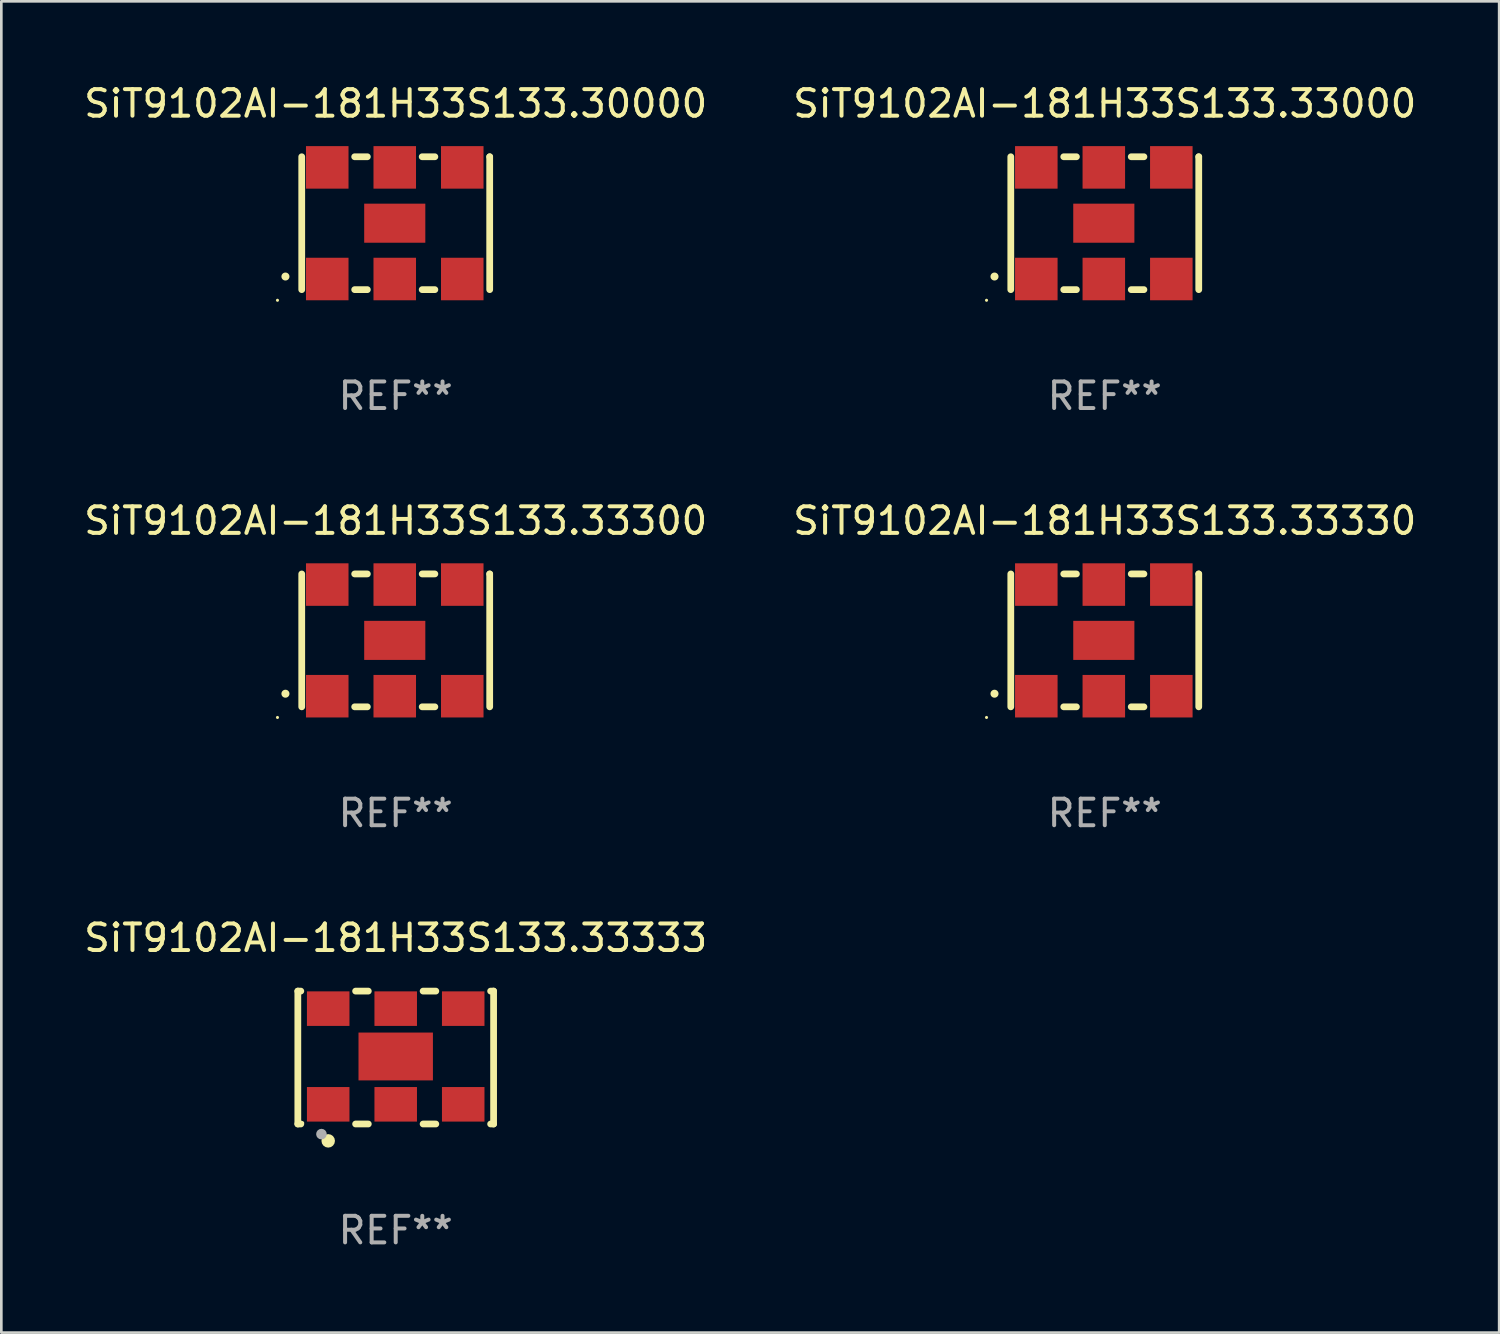
<source format=kicad_pcb>
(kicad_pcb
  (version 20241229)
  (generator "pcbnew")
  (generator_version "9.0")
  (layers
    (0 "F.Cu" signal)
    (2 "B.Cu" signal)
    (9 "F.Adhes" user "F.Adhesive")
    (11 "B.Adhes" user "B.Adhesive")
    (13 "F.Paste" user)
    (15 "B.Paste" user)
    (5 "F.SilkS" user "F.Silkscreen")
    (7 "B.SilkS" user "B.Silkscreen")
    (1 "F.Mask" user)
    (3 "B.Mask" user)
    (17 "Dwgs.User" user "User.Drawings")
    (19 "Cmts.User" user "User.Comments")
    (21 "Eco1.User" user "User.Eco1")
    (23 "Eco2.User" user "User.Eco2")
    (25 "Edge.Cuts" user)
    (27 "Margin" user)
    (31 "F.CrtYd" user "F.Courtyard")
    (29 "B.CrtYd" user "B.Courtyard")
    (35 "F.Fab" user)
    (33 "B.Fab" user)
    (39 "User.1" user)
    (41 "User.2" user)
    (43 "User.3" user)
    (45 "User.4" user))
  (footprint "SiT9102AI-181H33S133.33333"
    (layer "F.Cu")
    (at 11.839 36.741)
    (property "Reference" "SiT9102AI-181H33S133.33333" (at 0 -4.5 0) (layer "F.SilkS") (effects (font (size 1 1) (thickness 0.15))))
    (attr through_hole)
    (fp_line (start -3.683 -2.5) (end -3.571 -2.5) (stroke (width 0.254) (type solid)) (layer "F.SilkS"))
    (fp_line (start -3.683 2.5) (end -3.683 -2.5) (stroke (width 0.254) (type solid)) (layer "F.SilkS"))
    (fp_line (start -3.683 2.5) (end -3.571 2.5) (stroke (width 0.254) (type solid)) (layer "F.SilkS"))
    (fp_line (start -1.509 -2.5) (end -1.031 -2.5) (stroke (width 0.254) (type solid)) (layer "F.SilkS"))
    (fp_line (start -1.509 2.5) (end -1.031 2.5) (stroke (width 0.254) (type solid)) (layer "F.SilkS"))
    (fp_line (start 1.031 -2.5) (end 1.509 -2.5) (stroke (width 0.254) (type solid)) (layer "F.SilkS"))
    (fp_line (start 1.031 2.5) (end 1.509 2.5) (stroke (width 0.254) (type solid)) (layer "F.SilkS"))
    (fp_line (start 3.571 -2.5) (end 3.683 -2.5) (stroke (width 0.254) (type solid)) (layer "F.SilkS"))
    (fp_line (start 3.571 2.5) (end 3.683 2.5) (stroke (width 0.254) (type solid)) (layer "F.SilkS"))
    (fp_line (start 3.683 2.5) (end 3.683 -2.5) (stroke (width 0.254) (type solid)) (layer "F.SilkS"))
    (fp_circle (center -3.5 2.46) (end -3.47 2.46) (stroke (width 0.06) (type solid)) (fill no) (layer "F.SilkS"))
    (fp_circle (center -2.54 3.135) (end -2.413 3.135) (stroke (width 0.254) (type solid)) (fill no) (layer "F.SilkS"))
    (fp_circle (center -2.794 2.881) (end -2.694 2.881) (stroke (width 0.2) (type solid)) (fill no) (layer "F.Fab"))
    (fp_text user "REF**" (at 0 6.5 0) (layer "F.Fab") (effects (font (size 1 1) (thickness 0.15))))
    (pad "1" smd rect (at -2.54 1.76) (size 1.6 1.3) (layers "F.Cu" "F.Mask" "F.Paste"))
    (pad "2" smd rect (at 0 1.76) (size 1.6 1.3) (layers "F.Cu" "F.Mask" "F.Paste"))
    (pad "3" smd rect (at 2.54 1.76) (size 1.6 1.3) (layers "F.Cu" "F.Mask" "F.Paste"))
    (pad "4" smd rect (at 2.54 -1.84) (size 1.6 1.3) (layers "F.Cu" "F.Mask" "F.Paste"))
    (pad "5" smd rect (at 0 -1.84) (size 1.6 1.3) (layers "F.Cu" "F.Mask" "F.Paste"))
    (pad "6" smd rect (at -2.54 -1.84) (size 1.6 1.3) (layers "F.Cu" "F.Mask" "F.Paste"))
    (pad "7" smd rect (at 0 -0.04) (size 2.8 1.8) (layers "F.Cu" "F.Mask" "F.Paste")))
  (footprint "SiT9102AI-181H33S133.33300"
    (layer "F.Cu")
    (at 11.839 21.045)
    (property "Reference" "SiT9102AI-181H33S133.33300" (at 0 -4.5 0) (layer "F.SilkS") (effects (font (size 1 1) (thickness 0.15))))
    (attr through_hole)
    (fp_line (start -3.536 -2.5) (end -3.536 2.5) (stroke (width 0.254) (type solid)) (layer "F.SilkS"))
    (fp_line (start -1.544 2.5) (end -1.067 2.5) (stroke (width 0.254) (type solid)) (layer "F.SilkS"))
    (fp_line (start -1.067 -2.5) (end -1.544 -2.5) (stroke (width 0.254) (type solid)) (layer "F.SilkS"))
    (fp_line (start 0.996 2.5) (end 1.473 2.5) (stroke (width 0.254) (type solid)) (layer "F.SilkS"))
    (fp_line (start 1.473 -2.5) (end 0.996 -2.5) (stroke (width 0.254) (type solid)) (layer "F.SilkS"))
    (fp_line (start 3.536 -2.5) (end 3.536 -2.5) (stroke (width 0.254) (type solid)) (layer "F.SilkS"))
    (fp_line (start 3.536 2.5) (end 3.536 -2.5) (stroke (width 0.254) (type solid)) (layer "F.SilkS"))
    (fp_arc (start -4.150432 2.006604) (mid -4.149162 2.006599) (end -4.147892 2.006604) (stroke (width 0.3) (type solid)) (layer "F.SilkS"))
    (fp_circle (center -4.449 2.9) (end -4.419 2.9) (stroke (width 0.06) (type solid)) (fill no) (layer "F.SilkS"))
    (fp_text user "REF**" (at 0 6.5 0) (layer "F.Fab") (effects (font (size 1 1) (thickness 0.15))))
    (pad "1" smd rect (at -2.576 2.1) (size 1.6 1.6) (layers "F.Cu" "F.Mask" "F.Paste"))
    (pad "2" smd rect (at -0.036 2.1) (size 1.6 1.6) (layers "F.Cu" "F.Mask" "F.Paste"))
    (pad "3" smd rect (at 2.504 2.1) (size 1.6 1.6) (layers "F.Cu" "F.Mask" "F.Paste"))
    (pad "4" smd rect (at 2.504 -2.1) (size 1.6 1.6) (layers "F.Cu" "F.Mask" "F.Paste"))
    (pad "5" smd rect (at -0.036 -2.1) (size 1.6 1.6) (layers "F.Cu" "F.Mask" "F.Paste"))
    (pad "6" smd rect (at -2.576 -2.1) (size 1.6 1.6) (layers "F.Cu" "F.Mask" "F.Paste"))
    (pad "7" smd rect (at -0.036 0) (size 2.3 1.47) (layers "F.Cu" "F.Mask" "F.Paste")))
  (footprint "SiT9102AI-181H33S133.30000"
    (layer "F.Cu")
    (at 11.839 5.348)
    (property "Reference" "SiT9102AI-181H33S133.30000" (at 0 -4.5 0) (layer "F.SilkS") (effects (font (size 1 1) (thickness 0.15))))
    (attr through_hole)
    (fp_line (start -3.536 -2.5) (end -3.536 2.5) (stroke (width 0.254) (type solid)) (layer "F.SilkS"))
    (fp_line (start -1.544 2.5) (end -1.067 2.5) (stroke (width 0.254) (type solid)) (layer "F.SilkS"))
    (fp_line (start -1.067 -2.5) (end -1.544 -2.5) (stroke (width 0.254) (type solid)) (layer "F.SilkS"))
    (fp_line (start 0.996 2.5) (end 1.473 2.5) (stroke (width 0.254) (type solid)) (layer "F.SilkS"))
    (fp_line (start 1.473 -2.5) (end 0.996 -2.5) (stroke (width 0.254) (type solid)) (layer "F.SilkS"))
    (fp_line (start 3.536 -2.5) (end 3.536 -2.5) (stroke (width 0.254) (type solid)) (layer "F.SilkS"))
    (fp_line (start 3.536 2.5) (end 3.536 -2.5) (stroke (width 0.254) (type solid)) (layer "F.SilkS"))
    (fp_arc (start -4.150432 2.006604) (mid -4.149162 2.006599) (end -4.147892 2.006604) (stroke (width 0.3) (type solid)) (layer "F.SilkS"))
    (fp_circle (center -4.449 2.9) (end -4.419 2.9) (stroke (width 0.06) (type solid)) (fill no) (layer "F.SilkS"))
    (fp_text user "REF**" (at 0 6.5 0) (layer "F.Fab") (effects (font (size 1 1) (thickness 0.15))))
    (pad "1" smd rect (at -2.576 2.1) (size 1.6 1.6) (layers "F.Cu" "F.Mask" "F.Paste"))
    (pad "2" smd rect (at -0.036 2.1) (size 1.6 1.6) (layers "F.Cu" "F.Mask" "F.Paste"))
    (pad "3" smd rect (at 2.504 2.1) (size 1.6 1.6) (layers "F.Cu" "F.Mask" "F.Paste"))
    (pad "4" smd rect (at 2.504 -2.1) (size 1.6 1.6) (layers "F.Cu" "F.Mask" "F.Paste"))
    (pad "5" smd rect (at -0.036 -2.1) (size 1.6 1.6) (layers "F.Cu" "F.Mask" "F.Paste"))
    (pad "6" smd rect (at -2.576 -2.1) (size 1.6 1.6) (layers "F.Cu" "F.Mask" "F.Paste"))
    (pad "7" smd rect (at -0.036 0) (size 2.3 1.47) (layers "F.Cu" "F.Mask" "F.Paste")))
  (footprint "SiT9102AI-181H33S133.33330"
    (layer "F.Cu")
    (at 38.518 21.045)
    (property "Reference" "SiT9102AI-181H33S133.33330" (at 0 -4.5 0) (layer "F.SilkS") (effects (font (size 1 1) (thickness 0.15))))
    (attr through_hole)
    (fp_line (start -3.536 -2.5) (end -3.536 2.5) (stroke (width 0.254) (type solid)) (layer "F.SilkS"))
    (fp_line (start -1.544 2.5) (end -1.067 2.5) (stroke (width 0.254) (type solid)) (layer "F.SilkS"))
    (fp_line (start -1.067 -2.5) (end -1.544 -2.5) (stroke (width 0.254) (type solid)) (layer "F.SilkS"))
    (fp_line (start 0.996 2.5) (end 1.473 2.5) (stroke (width 0.254) (type solid)) (layer "F.SilkS"))
    (fp_line (start 1.473 -2.5) (end 0.996 -2.5) (stroke (width 0.254) (type solid)) (layer "F.SilkS"))
    (fp_line (start 3.536 -2.5) (end 3.536 -2.5) (stroke (width 0.254) (type solid)) (layer "F.SilkS"))
    (fp_line (start 3.536 2.5) (end 3.536 -2.5) (stroke (width 0.254) (type solid)) (layer "F.SilkS"))
    (fp_arc (start -4.150432 2.006604) (mid -4.149162 2.006599) (end -4.147892 2.006604) (stroke (width 0.3) (type solid)) (layer "F.SilkS"))
    (fp_circle (center -4.449 2.9) (end -4.419 2.9) (stroke (width 0.06) (type solid)) (fill no) (layer "F.SilkS"))
    (fp_text user "REF**" (at 0 6.5 0) (layer "F.Fab") (effects (font (size 1 1) (thickness 0.15))))
    (pad "1" smd rect (at -2.576 2.1) (size 1.6 1.6) (layers "F.Cu" "F.Mask" "F.Paste"))
    (pad "2" smd rect (at -0.036 2.1) (size 1.6 1.6) (layers "F.Cu" "F.Mask" "F.Paste"))
    (pad "3" smd rect (at 2.504 2.1) (size 1.6 1.6) (layers "F.Cu" "F.Mask" "F.Paste"))
    (pad "4" smd rect (at 2.504 -2.1) (size 1.6 1.6) (layers "F.Cu" "F.Mask" "F.Paste"))
    (pad "5" smd rect (at -0.036 -2.1) (size 1.6 1.6) (layers "F.Cu" "F.Mask" "F.Paste"))
    (pad "6" smd rect (at -2.576 -2.1) (size 1.6 1.6) (layers "F.Cu" "F.Mask" "F.Paste"))
    (pad "7" smd rect (at -0.036 0) (size 2.3 1.47) (layers "F.Cu" "F.Mask" "F.Paste")))
  (footprint "SiT9102AI-181H33S133.33000"
    (layer "F.Cu")
    (at 38.518 5.348)
    (property "Reference" "SiT9102AI-181H33S133.33000" (at 0 -4.5 0) (layer "F.SilkS") (effects (font (size 1 1) (thickness 0.15))))
    (attr through_hole)
    (fp_line (start -3.536 -2.5) (end -3.536 2.5) (stroke (width 0.254) (type solid)) (layer "F.SilkS"))
    (fp_line (start -1.544 2.5) (end -1.067 2.5) (stroke (width 0.254) (type solid)) (layer "F.SilkS"))
    (fp_line (start -1.067 -2.5) (end -1.544 -2.5) (stroke (width 0.254) (type solid)) (layer "F.SilkS"))
    (fp_line (start 0.996 2.5) (end 1.473 2.5) (stroke (width 0.254) (type solid)) (layer "F.SilkS"))
    (fp_line (start 1.473 -2.5) (end 0.996 -2.5) (stroke (width 0.254) (type solid)) (layer "F.SilkS"))
    (fp_line (start 3.536 -2.5) (end 3.536 -2.5) (stroke (width 0.254) (type solid)) (layer "F.SilkS"))
    (fp_line (start 3.536 2.5) (end 3.536 -2.5) (stroke (width 0.254) (type solid)) (layer "F.SilkS"))
    (fp_arc (start -4.150432 2.006604) (mid -4.149162 2.006599) (end -4.147892 2.006604) (stroke (width 0.3) (type solid)) (layer "F.SilkS"))
    (fp_circle (center -4.449 2.9) (end -4.419 2.9) (stroke (width 0.06) (type solid)) (fill no) (layer "F.SilkS"))
    (fp_text user "REF**" (at 0 6.5 0) (layer "F.Fab") (effects (font (size 1 1) (thickness 0.15))))
    (pad "1" smd rect (at -2.576 2.1) (size 1.6 1.6) (layers "F.Cu" "F.Mask" "F.Paste"))
    (pad "2" smd rect (at -0.036 2.1) (size 1.6 1.6) (layers "F.Cu" "F.Mask" "F.Paste"))
    (pad "3" smd rect (at 2.504 2.1) (size 1.6 1.6) (layers "F.Cu" "F.Mask" "F.Paste"))
    (pad "4" smd rect (at 2.504 -2.1) (size 1.6 1.6) (layers "F.Cu" "F.Mask" "F.Paste"))
    (pad "5" smd rect (at -0.036 -2.1) (size 1.6 1.6) (layers "F.Cu" "F.Mask" "F.Paste"))
    (pad "6" smd rect (at -2.576 -2.1) (size 1.6 1.6) (layers "F.Cu" "F.Mask" "F.Paste"))
    (pad "7" smd rect (at -0.036 0) (size 2.3 1.47) (layers "F.Cu" "F.Mask" "F.Paste")))
  (gr_rect
    (start -3 -3)
    (end 53.357 47.09)
    (stroke (width 0.1) (type default))
    (fill no)
    (layer "Edge.Cuts")))
</source>
